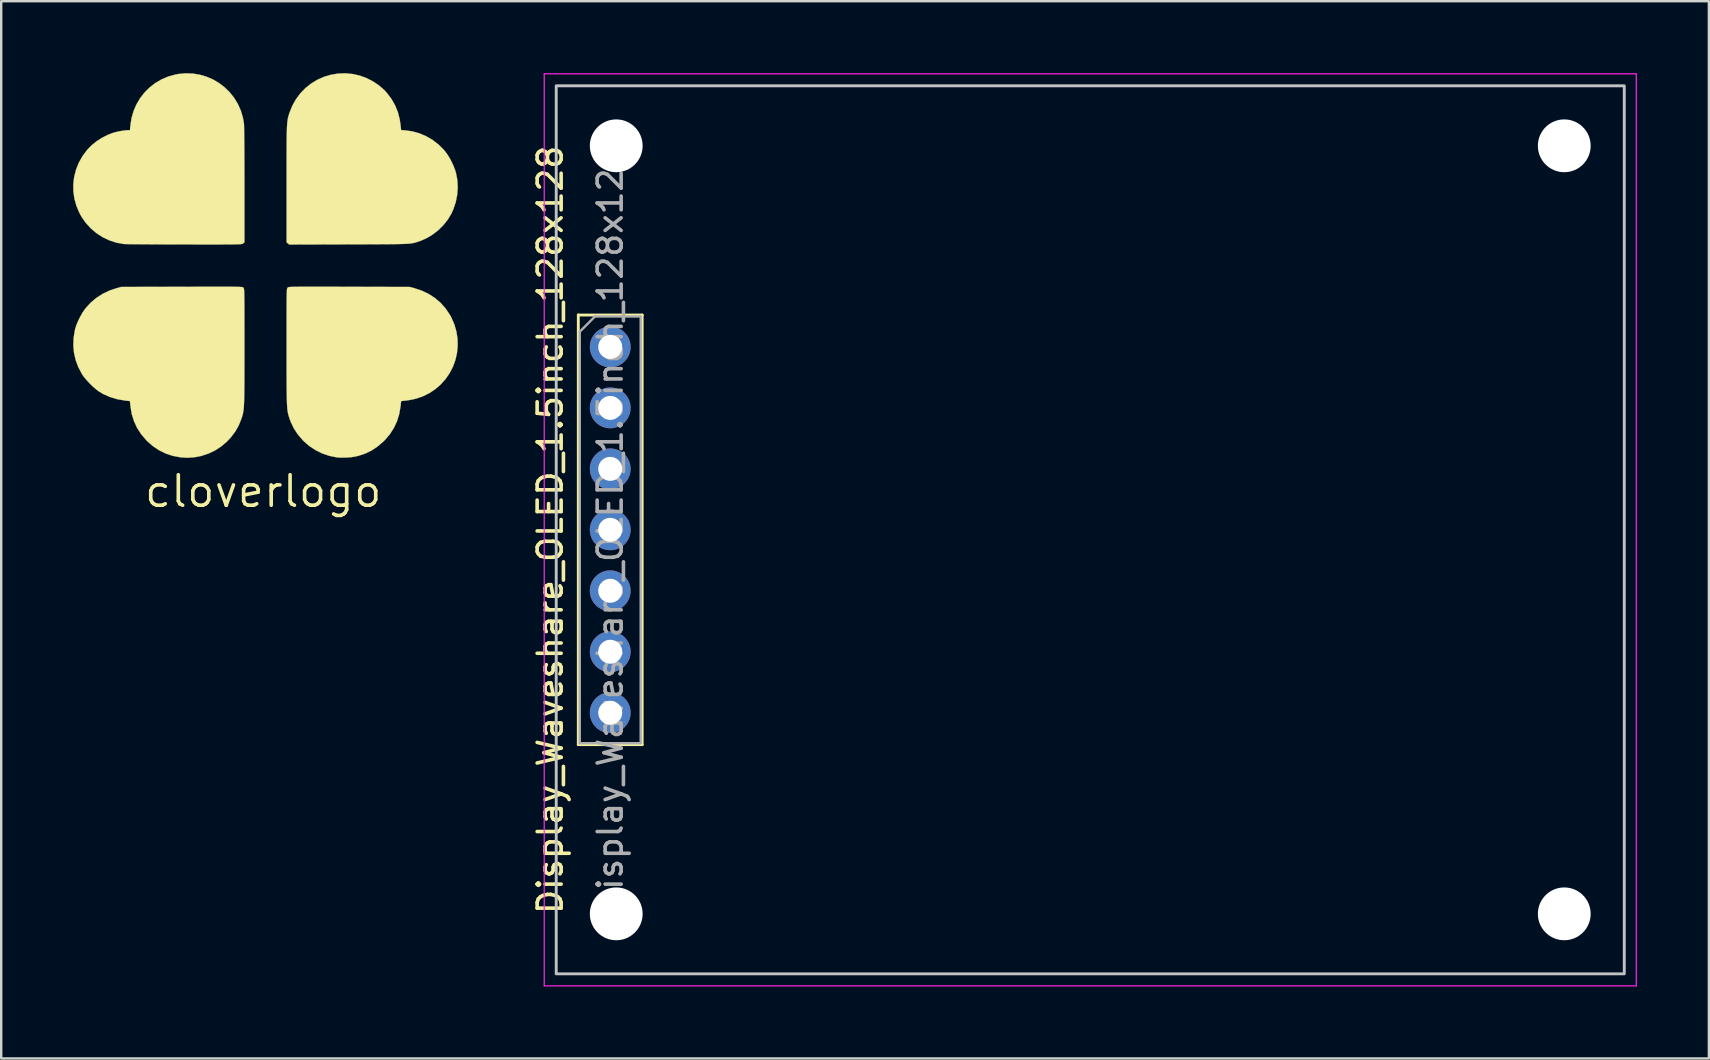
<source format=kicad_pcb>
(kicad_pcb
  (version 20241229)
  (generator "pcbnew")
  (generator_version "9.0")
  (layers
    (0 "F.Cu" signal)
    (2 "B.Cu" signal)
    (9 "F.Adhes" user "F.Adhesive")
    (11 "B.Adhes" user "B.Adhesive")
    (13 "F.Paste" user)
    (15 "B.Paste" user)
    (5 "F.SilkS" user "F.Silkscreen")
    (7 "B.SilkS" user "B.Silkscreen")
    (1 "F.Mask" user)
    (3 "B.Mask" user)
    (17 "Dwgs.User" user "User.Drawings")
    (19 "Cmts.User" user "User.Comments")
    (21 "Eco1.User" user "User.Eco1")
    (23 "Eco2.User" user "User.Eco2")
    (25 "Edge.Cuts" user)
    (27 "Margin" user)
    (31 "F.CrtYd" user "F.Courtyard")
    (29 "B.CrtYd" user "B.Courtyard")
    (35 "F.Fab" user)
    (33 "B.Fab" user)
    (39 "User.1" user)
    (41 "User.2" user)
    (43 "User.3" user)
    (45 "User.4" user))
  (footprint "cloverlogo"
    (layer "F.Cu")
    (at 7.917 7.92)
    (property "Reference" "cloverlogo" (at 0 9.5 0) (layer "F.SilkS") (effects (font (size 1.27 1.27) (thickness 0.15))))
    (attr through_hole)
    (fp_poly (pts (xy 3.73 -7.886) (xy 3.745 -7.884) (xy 4.032 -7.817) (xy 4.313 -7.713) (xy 4.58 -7.575) (xy 4.827 -7.408) (xy 5.048 -7.214) (xy 5.147 -7.106) (xy 5.34 -6.852) (xy 5.494 -6.583) (xy 5.61 -6.297) (xy 5.688 -5.992) (xy 5.72 -5.776) (xy 5.745 -5.551) (xy 5.931 -5.537) (xy 6.227 -5.494) (xy 6.517 -5.411) (xy 6.796 -5.291) (xy 7.06 -5.136) (xy 7.302 -4.949) (xy 7.52 -4.732) (xy 7.588 -4.652) (xy 7.702 -4.492) (xy 7.812 -4.303) (xy 7.91 -4.101) (xy 7.99 -3.899) (xy 8.033 -3.757) (xy 8.089 -3.461) (xy 8.105 -3.157) (xy 8.082 -2.85) (xy 8.021 -2.547) (xy 7.923 -2.254) (xy 7.842 -2.074) (xy 7.692 -1.824) (xy 7.508 -1.591) (xy 7.296 -1.381) (xy 7.059 -1.197) (xy 6.805 -1.045) (xy 6.539 -0.93) (xy 6.51 -0.92) (xy 6.456 -0.902) (xy 6.407 -0.886) (xy 6.361 -0.871) (xy 6.316 -0.858) (xy 6.268 -0.847) (xy 6.216 -0.837) (xy 6.157 -0.828) (xy 6.088 -0.821) (xy 6.007 -0.815) (xy 5.911 -0.809) (xy 5.799 -0.805) (xy 5.667 -0.802) (xy 5.512 -0.799) (xy 5.333 -0.797) (xy 5.128 -0.795) (xy 4.892 -0.794) (xy 4.624 -0.792) (xy 4.322 -0.791) (xy 3.983 -0.79) (xy 3.604 -0.789) (xy 3.565 -0.789) (xy 1.087 -0.782) (xy 0.974 -0.871) (xy 0.974 -3.288) (xy 0.974 -3.675) (xy 0.974 -4.022) (xy 0.974 -4.332) (xy 0.975 -4.607) (xy 0.976 -4.85) (xy 0.977 -5.063) (xy 0.979 -5.249) (xy 0.982 -5.41) (xy 0.986 -5.549) (xy 0.99 -5.668) (xy 0.996 -5.769) (xy 1.003 -5.856) (xy 1.011 -5.931) (xy 1.02 -5.996) (xy 1.031 -6.054) (xy 1.044 -6.106) (xy 1.058 -6.157) (xy 1.074 -6.208) (xy 1.091 -6.262) (xy 1.101 -6.29) (xy 1.22 -6.581) (xy 1.372 -6.848) (xy 1.554 -7.09) (xy 1.763 -7.304) (xy 1.997 -7.49) (xy 2.251 -7.644) (xy 2.523 -7.766) (xy 2.81 -7.852) (xy 3.109 -7.903) (xy 3.417 -7.915) (xy 3.73 -7.886)) (stroke (width 0.01) (type solid)) (fill yes) (layer "F.SilkS"))
    (fp_poly (pts (xy -2.934 -7.905) (xy -2.639 -7.856) (xy -2.356 -7.772) (xy -2.086 -7.655) (xy -1.835 -7.506) (xy -1.603 -7.328) (xy -1.394 -7.124) (xy -1.212 -6.894) (xy -1.058 -6.641) (xy -0.935 -6.368) (xy -0.848 -6.077) (xy -0.805 -5.837) (xy -0.801 -5.786) (xy -0.798 -5.693) (xy -0.795 -5.561) (xy -0.792 -5.39) (xy -0.79 -5.181) (xy -0.788 -4.936) (xy -0.786 -4.656) (xy -0.785 -4.342) (xy -0.784 -3.995) (xy -0.783 -3.617) (xy -0.783 -3.267) (xy -0.783 -0.871) (xy -0.839 -0.827) (xy -0.848 -0.82) (xy -0.858 -0.814) (xy -0.872 -0.809) (xy -0.893 -0.804) (xy -0.921 -0.8) (xy -0.961 -0.797) (xy -1.014 -0.794) (xy -1.082 -0.791) (xy -1.168 -0.789) (xy -1.274 -0.788) (xy -1.403 -0.787) (xy -1.557 -0.786) (xy -1.738 -0.785) (xy -1.948 -0.785) (xy -2.191 -0.785) (xy -2.468 -0.785) (xy -2.782 -0.785) (xy -3.134 -0.786) (xy -3.289 -0.786) (xy -3.607 -0.786) (xy -3.915 -0.787) (xy -4.21 -0.788) (xy -4.489 -0.789) (xy -4.75 -0.791) (xy -4.989 -0.792) (xy -5.204 -0.794) (xy -5.392 -0.796) (xy -5.55 -0.798) (xy -5.675 -0.8) (xy -5.764 -0.802) (xy -5.814 -0.804) (xy -5.821 -0.805) (xy -6.124 -0.861) (xy -6.415 -0.957) (xy -6.69 -1.088) (xy -6.946 -1.254) (xy -7.18 -1.451) (xy -7.387 -1.677) (xy -7.564 -1.928) (xy -7.662 -2.106) (xy -7.785 -2.401) (xy -7.868 -2.701) (xy -7.91 -3.006) (xy -7.912 -3.31) (xy -7.874 -3.611) (xy -7.797 -3.906) (xy -7.682 -4.193) (xy -7.528 -4.467) (xy -7.336 -4.725) (xy -7.308 -4.757) (xy -7.139 -4.927) (xy -6.938 -5.087) (xy -6.715 -5.229) (xy -6.483 -5.349) (xy -6.276 -5.428) (xy -6.156 -5.463) (xy -6.02 -5.494) (xy -5.88 -5.52) (xy -5.751 -5.538) (xy -5.647 -5.546) (xy -5.639 -5.546) (xy -5.552 -5.546) (xy -5.537 -5.717) (xy -5.491 -6.03) (xy -5.407 -6.329) (xy -5.288 -6.609) (xy -5.135 -6.87) (xy -4.952 -7.108) (xy -4.741 -7.32) (xy -4.504 -7.505) (xy -4.244 -7.658) (xy -3.963 -7.779) (xy -3.663 -7.863) (xy -3.546 -7.885) (xy -3.237 -7.915) (xy -2.934 -7.905)) (stroke (width 0.01) (type solid)) (fill yes) (layer "F.SilkS"))
    (fp_poly (pts (xy 2.339 0.976) (xy 2.611 0.977) (xy 2.919 0.977) (xy 3.266 0.978) (xy 3.583 0.979) (xy 6.107 0.986) (xy 6.283 1.033) (xy 6.598 1.137) (xy 6.888 1.274) (xy 7.151 1.444) (xy 7.387 1.645) (xy 7.594 1.876) (xy 7.771 2.138) (xy 7.838 2.258) (xy 7.963 2.545) (xy 8.048 2.839) (xy 8.095 3.138) (xy 8.103 3.438) (xy 8.074 3.734) (xy 8.008 4.025) (xy 7.907 4.305) (xy 7.77 4.571) (xy 7.6 4.82) (xy 7.396 5.048) (xy 7.181 5.235) (xy 6.925 5.407) (xy 6.656 5.542) (xy 6.368 5.64) (xy 6.058 5.704) (xy 5.962 5.717) (xy 5.745 5.741) (xy 5.721 5.966) (xy 5.666 6.283) (xy 5.574 6.582) (xy 5.443 6.862) (xy 5.276 7.122) (xy 5.071 7.362) (xy 5.013 7.42) (xy 4.772 7.628) (xy 4.521 7.796) (xy 4.255 7.926) (xy 3.971 8.02) (xy 3.81 8.057) (xy 3.67 8.077) (xy 3.509 8.091) (xy 3.343 8.097) (xy 3.187 8.095) (xy 3.059 8.084) (xy 2.753 8.022) (xy 2.458 7.922) (xy 2.179 7.784) (xy 1.92 7.613) (xy 1.687 7.411) (xy 1.651 7.374) (xy 1.445 7.134) (xy 1.279 6.883) (xy 1.15 6.616) (xy 1.088 6.445) (xy 1.071 6.392) (xy 1.056 6.341) (xy 1.043 6.291) (xy 1.031 6.239) (xy 1.02 6.182) (xy 1.011 6.119) (xy 1.003 6.046) (xy 0.997 5.961) (xy 0.991 5.862) (xy 0.987 5.746) (xy 0.983 5.61) (xy 0.98 5.453) (xy 0.978 5.271) (xy 0.976 5.062) (xy 0.975 4.824) (xy 0.974 4.553) (xy 0.974 4.249) (xy 0.974 3.907) (xy 0.974 3.526) (xy 0.974 3.466) (xy 0.974 3.096) (xy 0.974 2.766) (xy 0.974 2.473) (xy 0.974 2.216) (xy 0.975 1.991) (xy 0.975 1.798) (xy 0.976 1.633) (xy 0.977 1.493) (xy 0.979 1.378) (xy 0.981 1.283) (xy 0.983 1.208) (xy 0.986 1.15) (xy 0.989 1.105) (xy 0.993 1.073) (xy 0.997 1.051) (xy 1.002 1.035) (xy 1.008 1.025) (xy 1.014 1.018) (xy 1.017 1.015) (xy 1.024 1.009) (xy 1.032 1.003) (xy 1.045 0.998) (xy 1.064 0.993) (xy 1.091 0.99) (xy 1.13 0.986) (xy 1.181 0.983) (xy 1.248 0.981) (xy 1.333 0.979) (xy 1.438 0.978) (xy 1.564 0.977) (xy 1.716 0.976) (xy 1.894 0.976) (xy 2.101 0.976) (xy 2.339 0.976)) (stroke (width 0.01) (type solid)) (fill yes) (layer "F.SilkS"))
    (fp_poly (pts (xy -1.671 0.976) (xy -1.497 0.976) (xy -1.35 0.977) (xy -1.228 0.978) (xy -1.127 0.98) (xy -1.045 0.981) (xy -0.981 0.984) (xy -0.932 0.987) (xy -0.896 0.99) (xy -0.87 0.994) (xy -0.852 0.999) (xy -0.84 1.004) (xy -0.832 1.01) (xy -0.826 1.015) (xy -0.82 1.022) (xy -0.814 1.031) (xy -0.808 1.045) (xy -0.804 1.064) (xy -0.8 1.093) (xy -0.796 1.133) (xy -0.793 1.186) (xy -0.791 1.255) (xy -0.789 1.342) (xy -0.787 1.45) (xy -0.786 1.581) (xy -0.785 1.737) (xy -0.784 1.92) (xy -0.784 2.134) (xy -0.784 2.379) (xy -0.783 2.659) (xy -0.783 2.976) (xy -0.783 3.332) (xy -0.783 3.466) (xy -0.783 3.854) (xy -0.783 4.203) (xy -0.784 4.514) (xy -0.784 4.79) (xy -0.785 5.034) (xy -0.787 5.248) (xy -0.789 5.435) (xy -0.792 5.597) (xy -0.796 5.737) (xy -0.801 5.857) (xy -0.806 5.96) (xy -0.813 6.048) (xy -0.822 6.123) (xy -0.831 6.189) (xy -0.842 6.248) (xy -0.855 6.302) (xy -0.869 6.354) (xy -0.885 6.405) (xy -0.903 6.46) (xy -0.911 6.483) (xy -1.023 6.759) (xy -1.167 7.014) (xy -1.348 7.253) (xy -1.517 7.432) (xy -1.752 7.632) (xy -2.01 7.799) (xy -2.286 7.93) (xy -2.576 8.026) (xy -2.875 8.084) (xy -3.178 8.102) (xy -3.45 8.084) (xy -3.766 8.024) (xy -4.061 7.927) (xy -4.337 7.792) (xy -4.595 7.62) (xy -4.835 7.409) (xy -4.881 7.361) (xy -5.088 7.117) (xy -5.256 6.856) (xy -5.385 6.578) (xy -5.477 6.281) (xy -5.53 5.966) (xy -5.554 5.741) (xy -5.764 5.717) (xy -6.086 5.662) (xy -6.387 5.571) (xy -6.667 5.446) (xy -6.839 5.345) (xy -6.957 5.257) (xy -7.088 5.144) (xy -7.221 5.015) (xy -7.348 4.88) (xy -7.459 4.748) (xy -7.545 4.628) (xy -7.552 4.616) (xy -7.703 4.33) (xy -7.814 4.034) (xy -7.883 3.728) (xy -7.912 3.415) (xy -7.899 3.096) (xy -7.844 2.774) (xy -7.83 2.717) (xy -7.784 2.573) (xy -7.716 2.411) (xy -7.633 2.241) (xy -7.541 2.078) (xy -7.446 1.933) (xy -7.396 1.867) (xy -7.185 1.637) (xy -6.945 1.437) (xy -6.679 1.267) (xy -6.391 1.131) (xy -6.123 1.042) (xy -5.916 0.985) (xy -3.393 0.979) (xy -3.013 0.978) (xy -2.674 0.977) (xy -2.372 0.976) (xy -2.106 0.976) (xy -1.873 0.976) (xy -1.671 0.976)) (stroke (width 0.01) (type solid)) (fill yes) (layer "F.SilkS")))
  (footprint "Display_Waveshare_OLED_1.5inch_128x128"
    (layer "F.Cu")
    (at 22.375 19.025)
    (property "Reference" "Display_Waveshare_OLED_1.5inch_128x128" (at -2.5 0 90) (layer "F.SilkS") (effects (font (size 1 1) (thickness 0.15))))
    (attr through_hole)
    (fp_line (start -1.33 -8.95) (end -1.33 8.95) (stroke (width 0.12) (type solid)) (layer "F.SilkS"))
    (fp_line (start -1.33 -8.95) (end 1.33 -8.95) (stroke (width 0.12) (type solid)) (layer "F.SilkS"))
    (fp_line (start -1.33 8.95) (end 1.33 8.95) (stroke (width 0.12) (type solid)) (layer "F.SilkS"))
    (fp_line (start 1.33 -8.95) (end 1.33 8.95) (stroke (width 0.12) (type solid)) (layer "F.SilkS"))
    (fp_rect (start -2.25 -18.5) (end 42.25 18.5) (stroke (width 0.12) (type solid)) (fill no) (layer "Dwgs.User"))
    (fp_line (start -2.75 -19) (end -2.75 19) (stroke (width 0.05) (type solid)) (layer "F.CrtYd"))
    (fp_line (start 42.75 -19) (end -2.75 -19) (stroke (width 0.05) (type solid)) (layer "F.CrtYd"))
    (fp_line (start 42.75 -19) (end 42.75 19) (stroke (width 0.05) (type solid)) (layer "F.CrtYd"))
    (fp_line (start 42.75 19) (end -2.75 19) (stroke (width 0.05) (type solid)) (layer "F.CrtYd"))
    (fp_line (start -1.27 -8.255) (end -0.635 -8.89) (stroke (width 0.1) (type solid)) (layer "F.Fab"))
    (fp_line (start -1.27 8.89) (end -1.27 -8.255) (stroke (width 0.1) (type solid)) (layer "F.Fab"))
    (fp_line (start -0.635 -8.89) (end 1.27 -8.89) (stroke (width 0.1) (type solid)) (layer "F.Fab"))
    (fp_line (start 1.27 -8.89) (end 1.27 8.89) (stroke (width 0.1) (type solid)) (layer "F.Fab"))
    (fp_line (start 1.27 8.89) (end -1.27 8.89) (stroke (width 0.1) (type solid)) (layer "F.Fab"))
    (fp_text user "${REFERENCE}" (at 0 0 90) (layer "F.Fab") (effects (font (size 1 1) (thickness 0.15))))
    (pad "" np_thru_hole circle (at 0.25 -16) (size 2.2 2.2) (drill 2.2) (layers "*.Cu" "*.Mask"))
    (pad "" np_thru_hole circle (at 0.25 16) (size 2.2 2.2) (drill 2.2) (layers "*.Cu" "*.Mask"))
    (pad "" np_thru_hole circle (at 39.75 -16) (size 2.2 2.2) (drill 2.2) (layers "*.Cu" "*.Mask"))
    (pad "" np_thru_hole circle (at 39.75 16) (size 2.2 2.2) (drill 2.2) (layers "*.Cu" "*.Mask"))
    (pad "1" thru_hole circle (at 0 -7.62) (size 1.7 1.7) (drill 1) (layers "*.Cu" "*.Mask"))
    (pad "2" thru_hole oval (at 0 -5.08) (size 1.7 1.7) (drill 1) (layers "*.Cu" "*.Mask"))
    (pad "3" thru_hole oval (at 0 -2.54) (size 1.7 1.7) (drill 1) (layers "*.Cu" "*.Mask"))
    (pad "4" thru_hole oval (at 0 0) (size 1.7 1.7) (drill 1) (layers "*.Cu" "*.Mask"))
    (pad "5" thru_hole oval (at 0 2.54) (size 1.7 1.7) (drill 1) (layers "*.Cu" "*.Mask"))
    (pad "6" thru_hole oval (at 0 5.08) (size 1.7 1.7) (drill 1) (layers "*.Cu" "*.Mask"))
    (pad "7" thru_hole oval (at 0 7.62) (size 1.7 1.7) (drill 1) (layers "*.Cu" "*.Mask")))
  (gr_rect
    (start -3 -3)
    (end 68.15 41.05)
    (stroke (width 0.1) (type default))
    (fill no)
    (layer "Edge.Cuts")))
</source>
